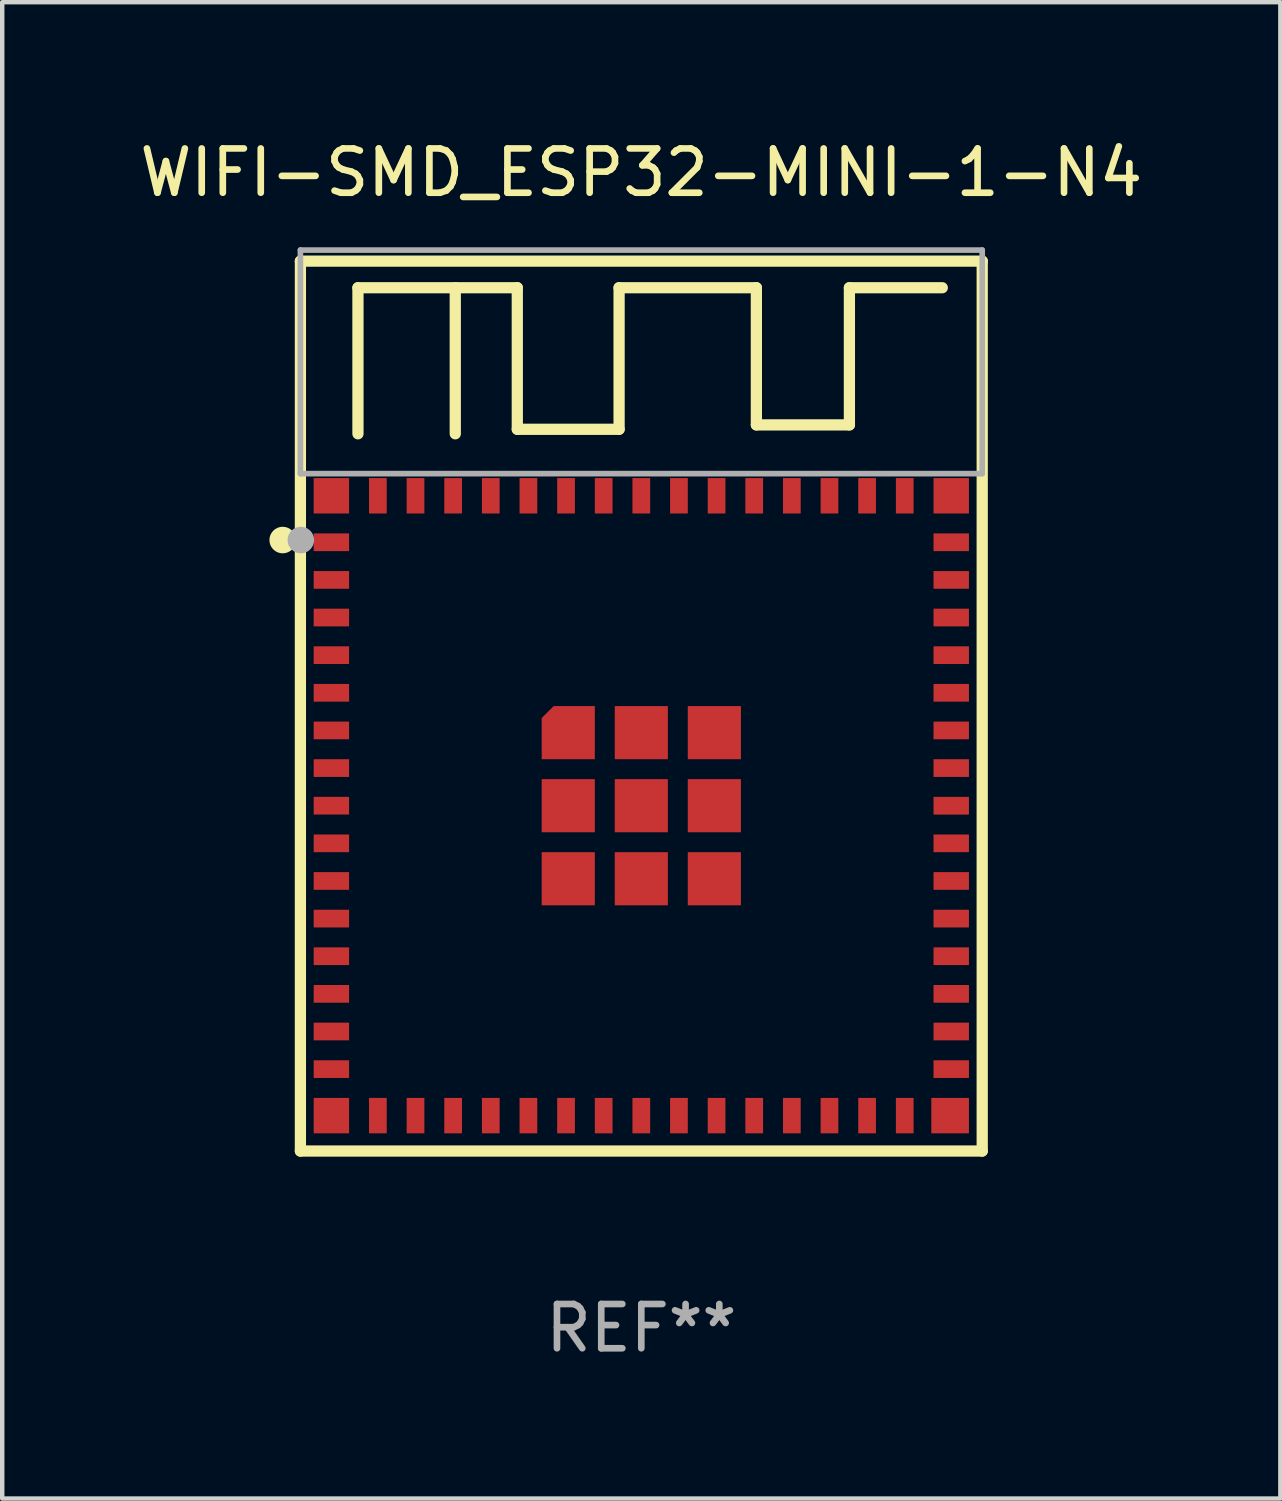
<source format=kicad_pcb>
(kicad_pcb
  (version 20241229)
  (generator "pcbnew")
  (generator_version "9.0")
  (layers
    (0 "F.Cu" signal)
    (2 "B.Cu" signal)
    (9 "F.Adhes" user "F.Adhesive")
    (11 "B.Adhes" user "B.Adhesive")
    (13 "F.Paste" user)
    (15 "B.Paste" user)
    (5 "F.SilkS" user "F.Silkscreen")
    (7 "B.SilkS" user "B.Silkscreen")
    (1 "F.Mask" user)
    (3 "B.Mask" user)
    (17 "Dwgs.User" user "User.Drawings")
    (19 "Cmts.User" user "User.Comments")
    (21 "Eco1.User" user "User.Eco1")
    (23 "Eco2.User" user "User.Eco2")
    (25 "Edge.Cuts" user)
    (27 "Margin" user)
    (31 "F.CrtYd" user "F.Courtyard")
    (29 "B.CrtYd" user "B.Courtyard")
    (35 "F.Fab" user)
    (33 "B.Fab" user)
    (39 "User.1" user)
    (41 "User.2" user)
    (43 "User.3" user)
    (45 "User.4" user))
  (footprint "WIFI-SMD_ESP32-MINI-1-N4"
    (layer "F.Cu")
    (at 11.435 15.148)
    (property "Reference" "WIFI-SMD_ESP32-MINI-1-N4" (at -0.000076 -14.3 0) (layer "F.SilkS") (effects (font (size 1 1) (thickness 0.15))))
    (attr smd)
    (fp_line (start -7.7 -12.3) (end -7.7 7.8) (stroke (width 0.254) (type solid)) (layer "F.SilkS"))
    (fp_line (start -7.7 7.8) (end 7.7 7.8) (stroke (width 0.254) (type solid)) (layer "F.SilkS"))
    (fp_line (start -6.4 -11.699) (end -2.801 -11.699) (stroke (width 0.254) (type solid)) (layer "F.SilkS"))
    (fp_line (start -6.4 -8.4) (end -6.4 -11.699) (stroke (width 0.254) (type solid)) (layer "F.SilkS"))
    (fp_line (start -4.202 -11.699) (end -4.202 -8.4) (stroke (width 0.254) (type solid)) (layer "F.SilkS"))
    (fp_line (start -2.801 -11.699) (end -2.801 -8.502) (stroke (width 0.254) (type solid)) (layer "F.SilkS"))
    (fp_line (start -2.801 -8.502) (end -0.502 -8.502) (stroke (width 0.254) (type solid)) (layer "F.SilkS"))
    (fp_line (start -0.502 -11.699) (end 2.599 -11.699) (stroke (width 0.254) (type solid)) (layer "F.SilkS"))
    (fp_line (start -0.502 -8.502) (end -0.502 -11.699) (stroke (width 0.254) (type solid)) (layer "F.SilkS"))
    (fp_line (start 2.599 -11.699) (end 2.599 -8.601) (stroke (width 0.254) (type solid)) (layer "F.SilkS"))
    (fp_line (start 2.599 -8.601) (end 4.7 -8.601) (stroke (width 0.254) (type solid)) (layer "F.SilkS"))
    (fp_line (start 4.7 -11.699) (end 6.798 -11.699) (stroke (width 0.254) (type solid)) (layer "F.SilkS"))
    (fp_line (start 4.7 -8.601) (end 4.7 -11.699) (stroke (width 0.254) (type solid)) (layer "F.SilkS"))
    (fp_line (start 7.7 -12.3) (end -7.7 -12.3) (stroke (width 0.254) (type solid)) (layer "F.SilkS"))
    (fp_line (start 7.7 7.8) (end 7.7 -12.3) (stroke (width 0.254) (type solid)) (layer "F.SilkS"))
    (fp_circle (center -8.1 -6) (end -7.95 -6) (stroke (width 0.3) (type solid)) (fill no) (layer "F.SilkS"))
    (fp_circle (center -7.7 -12.25) (end -7.67 -12.25) (stroke (width 0.06) (type solid)) (fill no) (layer "F.SilkS"))
    (fp_line (start -7.7 -12.55) (end 7.7 -12.55) (stroke (width 0.127) (type solid)) (layer "F.Fab"))
    (fp_line (start -7.7 -7.5) (end -7.7 -12.55) (stroke (width 0.127) (type solid)) (layer "F.Fab"))
    (fp_line (start -7.7 -7.5) (end 7.7 -7.5) (stroke (width 0.127) (type solid)) (layer "F.Fab"))
    (fp_line (start 7.7 -12.55) (end 7.7 -7.5) (stroke (width 0.127) (type solid)) (layer "F.Fab"))
    (fp_circle (center -7.69 -6) (end -7.54 -6) (stroke (width 0.3) (type solid)) (fill no) (layer "F.Fab"))
    (fp_text user "REF**" (at -0.000076 11.8 0) (layer "F.Fab") (effects (font (size 1 1) (thickness 0.15))))
    (pad "1" smd rect (at -7 -5.95 90) (size 0.4 0.8) (layers "F.Cu" "F.Mask" "F.Paste"))
    (pad "2" smd rect (at -7 -5.1 90) (size 0.4 0.8) (layers "F.Cu" "F.Mask" "F.Paste"))
    (pad "3" smd rect (at -7 -4.25 90) (size 0.4 0.8) (layers "F.Cu" "F.Mask" "F.Paste"))
    (pad "4" smd rect (at -7 -3.4 90) (size 0.4 0.8) (layers "F.Cu" "F.Mask" "F.Paste"))
    (pad "5" smd rect (at -7 -2.55 90) (size 0.4 0.8) (layers "F.Cu" "F.Mask" "F.Paste"))
    (pad "6" smd rect (at -7 -1.7 90) (size 0.4 0.8) (layers "F.Cu" "F.Mask" "F.Paste"))
    (pad "7" smd rect (at -7 -0.85 90) (size 0.4 0.8) (layers "F.Cu" "F.Mask" "F.Paste"))
    (pad "8" smd rect (at -7 -0.000254 90) (size 0.4 0.8) (layers "F.Cu" "F.Mask" "F.Paste"))
    (pad "9" smd rect (at -7 0.85 90) (size 0.4 0.8) (layers "F.Cu" "F.Mask" "F.Paste"))
    (pad "10" smd rect (at -7 1.7 90) (size 0.4 0.8) (layers "F.Cu" "F.Mask" "F.Paste"))
    (pad "11" smd rect (at -7 2.55 90) (size 0.4 0.8) (layers "F.Cu" "F.Mask" "F.Paste"))
    (pad "12" smd rect (at -7 3.4 90) (size 0.4 0.8) (layers "F.Cu" "F.Mask" "F.Paste"))
    (pad "13" smd rect (at -7 4.25 90) (size 0.4 0.8) (layers "F.Cu" "F.Mask" "F.Paste"))
    (pad "14" smd rect (at -7 5.1 90) (size 0.4 0.8) (layers "F.Cu" "F.Mask" "F.Paste"))
    (pad "15" smd rect (at -7 5.95 90) (size 0.4 0.8) (layers "F.Cu" "F.Mask" "F.Paste"))
    (pad "16" smd rect (at -5.95 7) (size 0.4 0.8) (layers "F.Cu" "F.Mask" "F.Paste"))
    (pad "17" smd rect (at -5.1 7) (size 0.4 0.8) (layers "F.Cu" "F.Mask" "F.Paste"))
    (pad "18" smd rect (at -4.25 7) (size 0.4 0.8) (layers "F.Cu" "F.Mask" "F.Paste"))
    (pad "19" smd rect (at -3.4 7) (size 0.4 0.8) (layers "F.Cu" "F.Mask" "F.Paste"))
    (pad "20" smd rect (at -2.55 7) (size 0.4 0.8) (layers "F.Cu" "F.Mask" "F.Paste"))
    (pad "21" smd rect (at -1.7 7) (size 0.4 0.8) (layers "F.Cu" "F.Mask" "F.Paste"))
    (pad "22" smd rect (at -0.85 7) (size 0.4 0.8) (layers "F.Cu" "F.Mask" "F.Paste"))
    (pad "23" smd rect (at -0.000254 7) (size 0.4 0.8) (layers "F.Cu" "F.Mask" "F.Paste"))
    (pad "24" smd rect (at 0.85 7) (size 0.4 0.8) (layers "F.Cu" "F.Mask" "F.Paste"))
    (pad "25" smd rect (at 1.7 7) (size 0.4 0.8) (layers "F.Cu" "F.Mask" "F.Paste"))
    (pad "26" smd rect (at 2.55 7) (size 0.4 0.8) (layers "F.Cu" "F.Mask" "F.Paste"))
    (pad "27" smd rect (at 3.4 7) (size 0.4 0.8) (layers "F.Cu" "F.Mask" "F.Paste"))
    (pad "28" smd rect (at 4.25 7) (size 0.4 0.8) (layers "F.Cu" "F.Mask" "F.Paste"))
    (pad "29" smd rect (at 5.1 7) (size 0.4 0.8) (layers "F.Cu" "F.Mask" "F.Paste"))
    (pad "30" smd rect (at 5.95 7) (size 0.4 0.8) (layers "F.Cu" "F.Mask" "F.Paste"))
    (pad "31" smd rect (at 7 5.95 270) (size 0.4 0.8) (layers "F.Cu" "F.Mask" "F.Paste"))
    (pad "32" smd rect (at 7 5.1 270) (size 0.4 0.8) (layers "F.Cu" "F.Mask" "F.Paste"))
    (pad "33" smd rect (at 7 4.25 270) (size 0.4 0.8) (layers "F.Cu" "F.Mask" "F.Paste"))
    (pad "34" smd rect (at 7 3.4 270) (size 0.4 0.8) (layers "F.Cu" "F.Mask" "F.Paste"))
    (pad "35" smd rect (at 7 2.55 270) (size 0.4 0.8) (layers "F.Cu" "F.Mask" "F.Paste"))
    (pad "36" smd rect (at 7 1.7 270) (size 0.4 0.8) (layers "F.Cu" "F.Mask" "F.Paste"))
    (pad "37" smd rect (at 7 0.85 270) (size 0.4 0.8) (layers "F.Cu" "F.Mask" "F.Paste"))
    (pad "38" smd rect (at 7 0.000254 270) (size 0.4 0.8) (layers "F.Cu" "F.Mask" "F.Paste"))
    (pad "39" smd rect (at 7 -0.85 270) (size 0.4 0.8) (layers "F.Cu" "F.Mask" "F.Paste"))
    (pad "40" smd rect (at 7 -1.7 270) (size 0.4 0.8) (layers "F.Cu" "F.Mask" "F.Paste"))
    (pad "41" smd rect (at 7 -2.55 270) (size 0.4 0.8) (layers "F.Cu" "F.Mask" "F.Paste"))
    (pad "42" smd rect (at 7 -3.4 270) (size 0.4 0.8) (layers "F.Cu" "F.Mask" "F.Paste"))
    (pad "43" smd rect (at 7 -4.25 270) (size 0.4 0.8) (layers "F.Cu" "F.Mask" "F.Paste"))
    (pad "44" smd rect (at 7 -5.1 270) (size 0.4 0.8) (layers "F.Cu" "F.Mask" "F.Paste"))
    (pad "45" smd rect (at 7 -5.95 270) (size 0.4 0.8) (layers "F.Cu" "F.Mask" "F.Paste"))
    (pad "46" smd rect (at 5.95 -7 180) (size 0.4 0.8) (layers "F.Cu" "F.Mask" "F.Paste"))
    (pad "47" smd rect (at 5.1 -7 180) (size 0.4 0.8) (layers "F.Cu" "F.Mask" "F.Paste"))
    (pad "48" smd rect (at 4.25 -7 180) (size 0.4 0.8) (layers "F.Cu" "F.Mask" "F.Paste"))
    (pad "49" smd rect (at 3.4 -7 180) (size 0.4 0.8) (layers "F.Cu" "F.Mask" "F.Paste"))
    (pad "50" smd rect (at 2.55 -7 180) (size 0.4 0.8) (layers "F.Cu" "F.Mask" "F.Paste"))
    (pad "51" smd rect (at 1.7 -7 180) (size 0.4 0.8) (layers "F.Cu" "F.Mask" "F.Paste"))
    (pad "52" smd rect (at 0.85 -7 180) (size 0.4 0.8) (layers "F.Cu" "F.Mask" "F.Paste"))
    (pad "53" smd rect (at 0 -7 180) (size 0.4 0.8) (layers "F.Cu" "F.Mask" "F.Paste"))
    (pad "54" smd rect (at -0.85 -7 180) (size 0.4 0.8) (layers "F.Cu" "F.Mask" "F.Paste"))
    (pad "55" smd rect (at -1.7 -7 180) (size 0.4 0.8) (layers "F.Cu" "F.Mask" "F.Paste"))
    (pad "56" smd rect (at -2.55 -7 180) (size 0.4 0.8) (layers "F.Cu" "F.Mask" "F.Paste"))
    (pad "57" smd rect (at -3.4 -7 180) (size 0.4 0.8) (layers "F.Cu" "F.Mask" "F.Paste"))
    (pad "58" smd rect (at -4.25 -7 180) (size 0.4 0.8) (layers "F.Cu" "F.Mask" "F.Paste"))
    (pad "59" smd rect (at -5.1 -7 180) (size 0.4 0.8) (layers "F.Cu" "F.Mask" "F.Paste"))
    (pad "60" smd rect (at -5.95 -7 180) (size 0.4 0.8) (layers "F.Cu" "F.Mask" "F.Paste"))
    (pad "61" smd custom (at -1.65 -1.65) (size 0.1 0.1) (layers "F.Cu" "F.Mask" "F.Paste") (options (anchor circle)) (primitives (gr_poly (pts (xy 0.6 0.6) (xy -0.6 0.6) (xy -0.6 -0.31) (xy -0.6 -0.33) (xy -0.33 -0.6) (xy 0.6 -0.6)) (width 0) (fill yes))))
    (pad "61" smd rect (at -1.65 0 90) (size 1.2 1.2) (layers "F.Cu" "F.Mask" "F.Paste"))
    (pad "61" smd rect (at -1.65 1.65 90) (size 1.2 1.2) (layers "F.Cu" "F.Mask" "F.Paste"))
    (pad "61" smd rect (at 0 -1.65 90) (size 1.2 1.2) (layers "F.Cu" "F.Mask" "F.Paste"))
    (pad "61" smd rect (at 0 0 90) (size 1.2 1.2) (layers "F.Cu" "F.Mask" "F.Paste"))
    (pad "61" smd rect (at 0 1.65 90) (size 1.2 1.2) (layers "F.Cu" "F.Mask" "F.Paste"))
    (pad "61" smd rect (at 1.65 1.65 90) (size 1.2 1.2) (layers "F.Cu" "F.Mask" "F.Paste"))
    (pad "61" smd rect (at 1.65 -1.65 90) (size 1.2 1.2) (layers "F.Cu" "F.Mask" "F.Paste"))
    (pad "61" smd rect (at 1.65 0 90) (size 1.2 1.2) (layers "F.Cu" "F.Mask" "F.Paste"))
    (pad "62" smd rect (at -7 -7 90) (size 0.8 0.8) (layers "F.Cu" "F.Mask" "F.Paste"))
    (pad "63" smd rect (at -7 7 90) (size 0.8 0.8) (layers "F.Cu" "F.Mask" "F.Paste"))
    (pad "64" smd rect (at 6.975 7 90) (size 0.8 0.85) (layers "F.Cu" "F.Mask" "F.Paste"))
    (pad "65" smd rect (at 7 -7 90) (size 0.8 0.8) (layers "F.Cu" "F.Mask" "F.Paste"))
    (zone (net_name "") (layer "F.Cu") (hatch full 0.508) (connect_pads) (min_thickness 0.01) (filled_areas_thickness no) (keepout (tracks not_allowed) (vias not_allowed) (pads not_allowed) (copperpour not_allowed) (footprints allowed)) (placement (enabled no)) (fill) (polygon (pts (xy 3.735 2.598) (xy 19.135 2.598) (xy 19.135 7.648) (xy 3.735 7.648))))
    (zone (net_name "") (layers "F.Cu" "B.Cu") (hatch full 0.508) (connect_pads) (min_thickness 0.01) (filled_areas_thickness no) (keepout (tracks allowed) (vias not_allowed) (pads allowed) (copperpour allowed) (footprints allowed)) (placement (enabled no)) (fill) (polygon (pts (xy 3.735 2.598) (xy 19.135 2.598) (xy 19.135 7.648) (xy 3.735 7.648))))
    (zone (net_name "") (layer "B.Cu") (hatch full 0.508) (connect_pads) (min_thickness 0.01) (filled_areas_thickness no) (keepout (tracks not_allowed) (vias not_allowed) (pads not_allowed) (copperpour not_allowed) (footprints allowed)) (placement (enabled no)) (fill) (polygon (pts (xy 3.735 2.598) (xy 19.135 2.598) (xy 19.135 7.648) (xy 3.735 7.648)))))
  (gr_rect
    (start -3 -3)
    (end 25.869 30.797)
    (stroke (width 0.1) (type default))
    (fill no)
    (layer "Edge.Cuts")))
</source>
